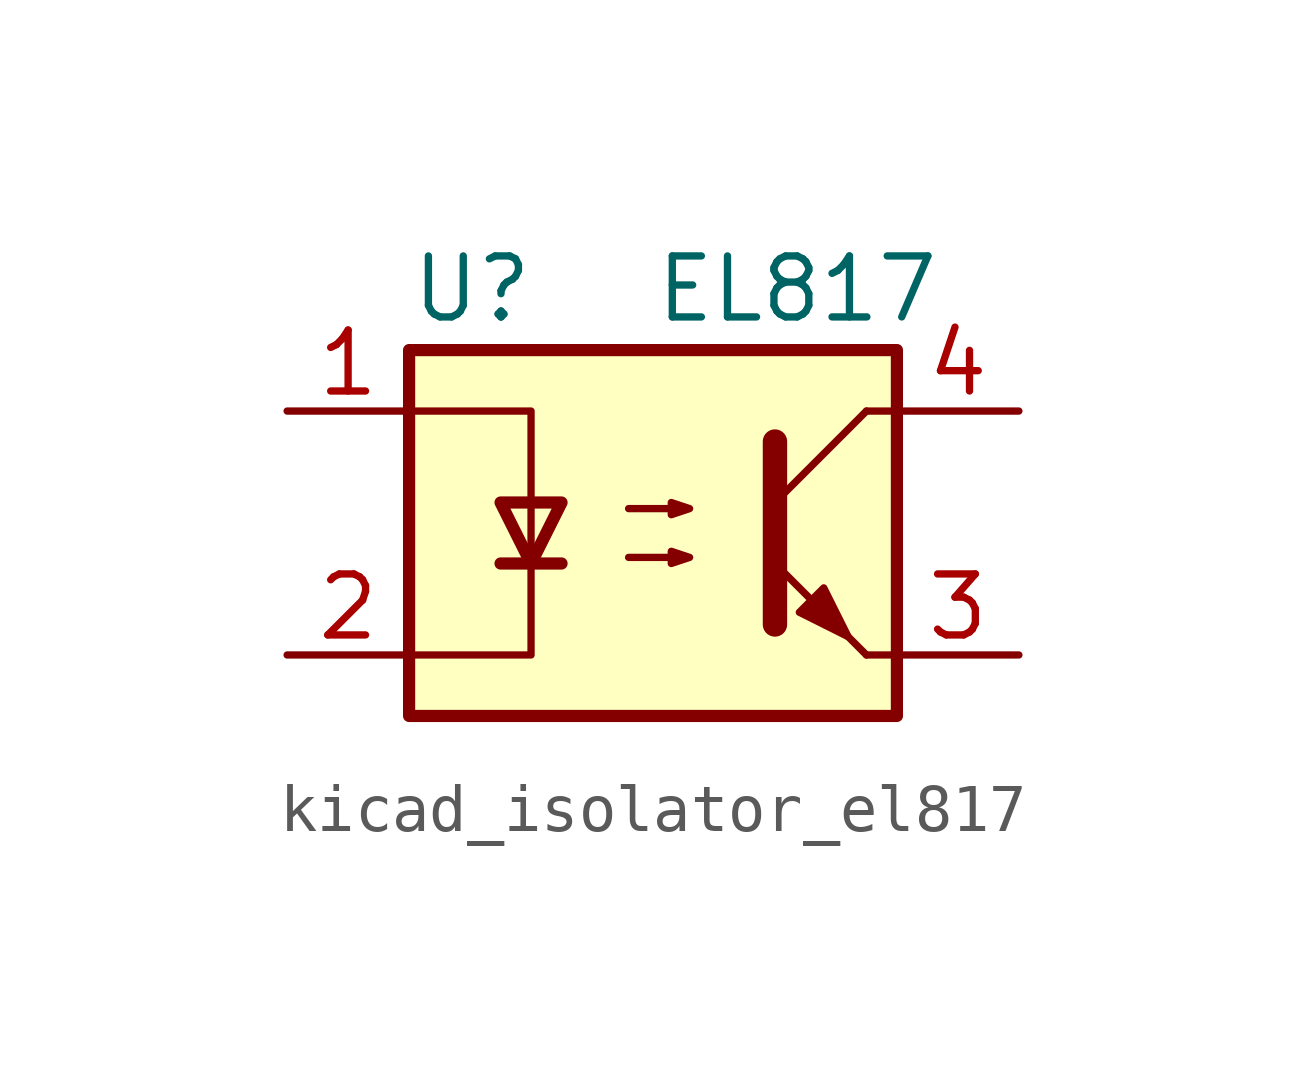
<source format=kicad_sym>
(kicad_symbol_lib
  (version 20220914)
  (generator kicad_symbol_editor)
  (symbol "kicad_isolator_el817"
    (pin_names
      (offset 1.016))
    (property "Reference" "U"
      (at -5.08 5.08 0)
      (effects (font (size 1.27 1.27)) (justify left)))
    (property "Value" "EL817"
      (at 0 5.08 0)
      (effects (font (size 1.27 1.27)) (justify left)))
    (symbol "kicad_isolator_el817_0_1"
      (rectangle (start -5.08 3.81) (end 5.08 -3.81) (stroke (width 0.254) (type default)) (fill (type background)))
      (polyline (pts (xy -3.175 -0.635) (xy -1.905 -0.635)) (stroke (width 0.254) (type default)) (fill (type none)))
      (polyline (pts (xy 2.54 0.635) (xy 4.445 2.54)) (stroke (width 0) (type default)) (fill (type none)))
      (polyline (pts (xy 4.445 -2.54) (xy 2.54 -0.635)) (stroke (width 0) (type default)) (fill (type outline)))
      (polyline (pts (xy 4.445 -2.54) (xy 5.08 -2.54)) (stroke (width 0) (type default)) (fill (type none)))
      (polyline (pts (xy 4.445 2.54) (xy 5.08 2.54)) (stroke (width 0) (type default)) (fill (type none)))
      (polyline (pts (xy -5.08 2.54) (xy -2.54 2.54) (xy -2.54 -0.635)) (stroke (width 0) (type default)) (fill (type none)))
      (polyline (pts (xy -2.54 -0.635) (xy -2.54 -2.54) (xy -5.08 -2.54)) (stroke (width 0) (type default)) (fill (type none)))
      (polyline (pts (xy 2.54 1.905) (xy 2.54 -1.905) (xy 2.54 -1.905)) (stroke (width 0.508) (type default)) (fill (type none)))
      (polyline (pts (xy -2.54 -0.635) (xy -3.175 0.635) (xy -1.905 0.635) (xy -2.54 -0.635)) (stroke (width 0.254) (type default)) (fill (type none)))
      (polyline (pts (xy -0.508 -0.508) (xy 0.762 -0.508) (xy 0.381 -0.635) (xy 0.381 -0.381) (xy 0.762 -0.508)) (stroke (width 0) (type default)) (fill (type none)))
      (polyline (pts (xy -0.508 0.508) (xy 0.762 0.508) (xy 0.381 0.381) (xy 0.381 0.635) (xy 0.762 0.508)) (stroke (width 0) (type default)) (fill (type none)))
      (polyline (pts (xy 3.048 -1.651) (xy 3.556 -1.143) (xy 4.064 -2.159) (xy 3.048 -1.651) (xy 3.048 -1.651)) (stroke (width 0) (type default)) (fill (type outline))))
    (symbol "kicad_isolator_el817_1_1"
      (pin passive line (at -7.62 2.54 0) (length 2.54) (name "~" (effects (font (size 1.27 1.27)))) (number "1" (effects (font (size 1.27 1.27)))))
      (pin passive line (at -7.62 -2.54 0) (length 2.54) (name "~" (effects (font (size 1.27 1.27)))) (number "2" (effects (font (size 1.27 1.27)))))
      (pin passive line (at 7.62 -2.54 180) (length 2.54) (name "~" (effects (font (size 1.27 1.27)))) (number "3" (effects (font (size 1.27 1.27)))))
      (pin passive line (at 7.62 2.54 180) (length 2.54) (name "~" (effects (font (size 1.27 1.27)))) (number "4" (effects (font (size 1.27 1.27))))))))
</source>
